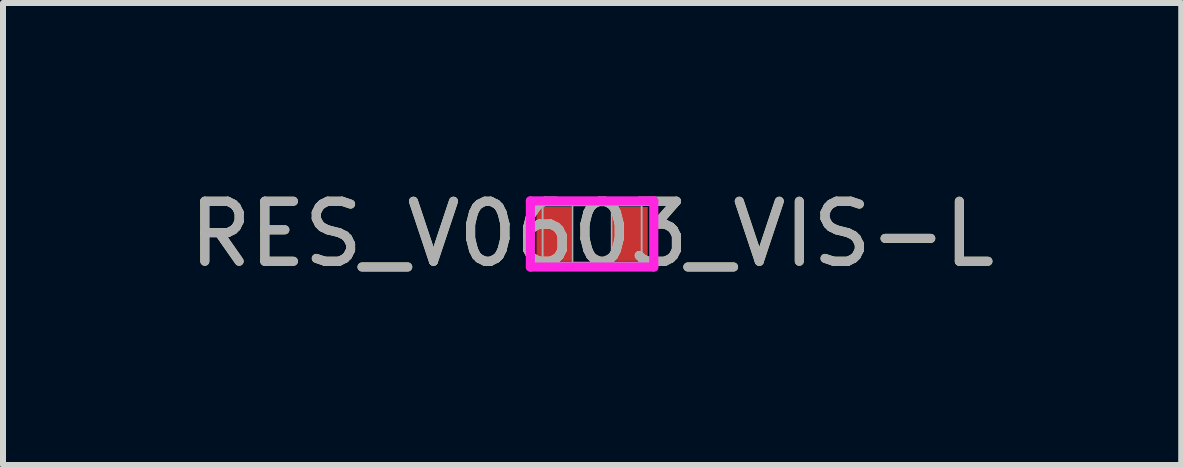
<source format=kicad_pcb>
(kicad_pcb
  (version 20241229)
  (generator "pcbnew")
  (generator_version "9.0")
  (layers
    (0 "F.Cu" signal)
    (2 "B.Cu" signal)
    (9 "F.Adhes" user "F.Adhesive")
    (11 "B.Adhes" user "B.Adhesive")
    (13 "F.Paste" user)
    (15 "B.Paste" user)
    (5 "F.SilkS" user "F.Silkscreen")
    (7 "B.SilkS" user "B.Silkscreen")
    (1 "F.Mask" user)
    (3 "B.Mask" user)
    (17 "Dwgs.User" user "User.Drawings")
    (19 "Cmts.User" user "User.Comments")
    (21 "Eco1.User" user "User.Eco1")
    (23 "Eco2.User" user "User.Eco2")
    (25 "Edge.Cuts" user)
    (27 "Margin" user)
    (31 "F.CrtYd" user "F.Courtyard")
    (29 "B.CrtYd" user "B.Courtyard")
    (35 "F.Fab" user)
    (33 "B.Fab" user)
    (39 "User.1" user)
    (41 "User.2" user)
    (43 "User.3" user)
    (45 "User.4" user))
  (footprint "RES_V0603_VIS-L"
    (layer "F.Cu")
    (at 6.815 0.848)
    (property "Reference" "RES_V0603_VIS-L" (at 0 0 0) (unlocked yes) (layer "F.SilkS") (effects (font (size 1 1) (thickness 0.15))))
    (attr smd)
    (fp_line (start -1.028 -0.551) (end 1.028 -0.551) (stroke (width 0.152) (type solid)) (layer "F.CrtYd"))
    (fp_line (start -1.028 0.551) (end -1.028 -0.551) (stroke (width 0.152) (type solid)) (layer "F.CrtYd"))
    (fp_line (start 1.028 -0.551) (end 1.028 0.551) (stroke (width 0.152) (type solid)) (layer "F.CrtYd"))
    (fp_line (start 1.028 0.551) (end -1.028 0.551) (stroke (width 0.152) (type solid)) (layer "F.CrtYd"))
    (fp_line (start -0.825 -0.475) (end -0.825 0.475) (stroke (width 0.025) (type solid)) (layer "F.Fab"))
    (fp_line (start -0.825 -0.475) (end -0.825 0.475) (stroke (width 0.025) (type solid)) (layer "F.Fab"))
    (fp_line (start -0.825 0.475) (end -0.325 0.475) (stroke (width 0.025) (type solid)) (layer "F.Fab"))
    (fp_line (start -0.825 0.475) (end 0.825 0.475) (stroke (width 0.025) (type solid)) (layer "F.Fab"))
    (fp_line (start -0.325 -0.475) (end -0.825 -0.475) (stroke (width 0.025) (type solid)) (layer "F.Fab"))
    (fp_line (start -0.325 0.475) (end -0.325 -0.475) (stroke (width 0.025) (type solid)) (layer "F.Fab"))
    (fp_line (start 0.325 -0.475) (end 0.325 0.475) (stroke (width 0.025) (type solid)) (layer "F.Fab"))
    (fp_line (start 0.325 0.475) (end 0.825 0.475) (stroke (width 0.025) (type solid)) (layer "F.Fab"))
    (fp_line (start 0.825 -0.475) (end -0.825 -0.475) (stroke (width 0.025) (type solid)) (layer "F.Fab"))
    (fp_line (start 0.825 -0.475) (end 0.325 -0.475) (stroke (width 0.025) (type solid)) (layer "F.Fab"))
    (fp_line (start 0.825 0.475) (end 0.825 -0.475) (stroke (width 0.025) (type solid)) (layer "F.Fab"))
    (fp_line (start 0.825 0.475) (end 0.825 -0.475) (stroke (width 0.025) (type solid)) (layer "F.Fab"))
    (fp_text user "${REFERENCE}" (at 0 0 0) (unlocked yes) (layer "F.Fab") (effects (font (size 1 1) (thickness 0.15))))
    (pad "1" smd rect (at -0.626 0) (size 0.602 0.899) (layers "F.Cu" "F.Mask" "F.Paste"))
    (pad "2" smd rect (at 0.626 0) (size 0.602 0.899) (layers "F.Cu" "F.Mask" "F.Paste"))
    (zone (net_name "") (layer "F.Cu") (hatch full 0.508) (connect_pads) (min_thickness 0.254) (filled_areas_thickness no) (keepout (tracks not_allowed) (vias not_allowed) (pads allowed) (copperpour not_allowed) (footprints allowed)) (placement (enabled no)) (fill) (polygon (pts (xy 6.541 0.424) (xy 7.09 0.424) (xy 7.09 1.272) (xy 6.541 1.272)))))
  (gr_rect
    (start -3 -3)
    (end 16.631 4.697)
    (stroke (width 0.1) (type default))
    (fill no)
    (layer "Edge.Cuts")))
</source>
